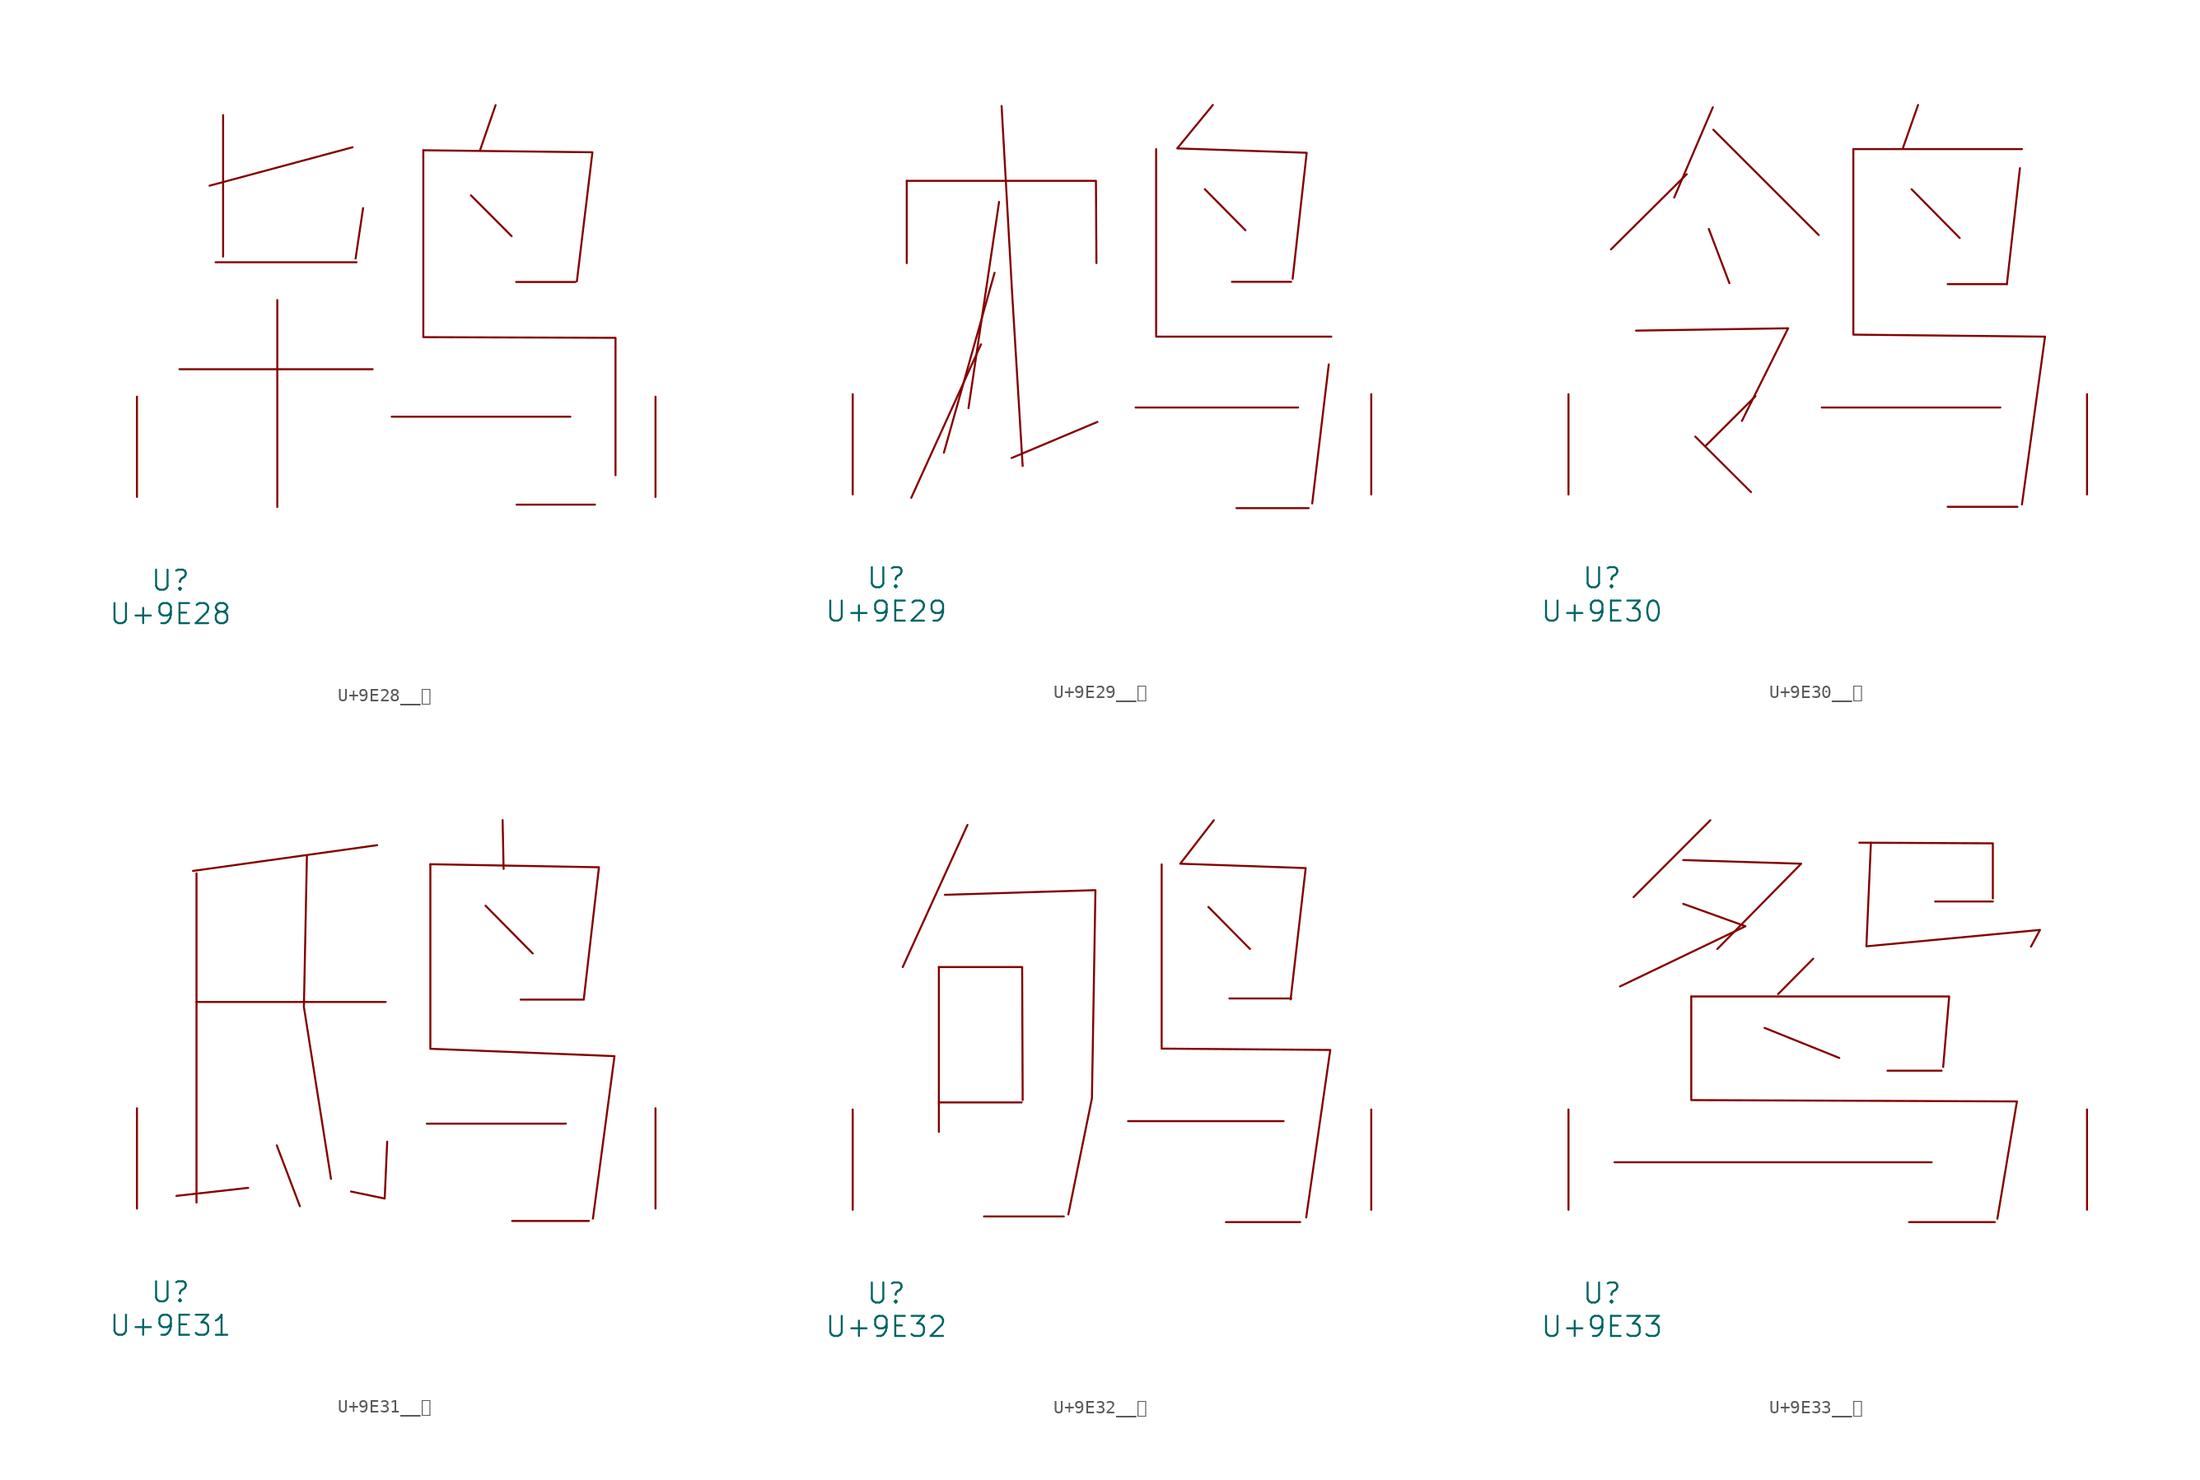
<source format=kicad_sym>
(kicad_symbol_lib
  (version 20231120)
  (generator "kicad_symbol_editor")
  (generator_version "8.0")
  (symbol "U+9E28__鸨"
    (pin_names
      (offset 1.016))
    (property "Reference" "U"
      (at 0 -6.35 0)
      (effects (font (size 1.524 1.524))))
    (property "Value" "U+9E28"
      (at 0 -8.89 0)
      (effects (font (size 1.524 1.524))))
    (symbol "U+9E28__鸨_0_1"
      (polyline (pts (xy 0.686 9.703) (xy 15.354 9.703)) (stroke (width 0) (type solid)) (fill (type none)))
      (polyline (pts (xy 3.429 17.831) (xy 14.135 17.831)) (stroke (width 0) (type solid)) (fill (type none)))
      (polyline (pts (xy 4 29.007) (xy 4 18.263)) (stroke (width 0) (type solid)) (fill (type none)))
      (polyline (pts (xy 8.115 14.961) (xy 8.115 -0.762)) (stroke (width 0) (type solid)) (fill (type none)))
      (polyline (pts (xy 13.83 26.568) (xy 2.972 23.647)) (stroke (width 0) (type solid)) (fill (type none)))
      (polyline (pts (xy 14.63 21.946) (xy 14.059 18.11)) (stroke (width 0) (type solid)) (fill (type none)))
      (polyline (pts (xy 16.802 6.096) (xy 30.366 6.096)) (stroke (width 0) (type solid)) (fill (type none)))
      (polyline (pts (xy 22.822 22.911) (xy 25.908 19.812)) (stroke (width 0) (type solid)) (fill (type none)))
      (polyline (pts (xy 24.689 29.769) (xy 23.508 26.34)) (stroke (width 0) (type solid)) (fill (type none)))
      (polyline (pts (xy 26.251 16.332) (xy 30.747 16.332)) (stroke (width 0) (type solid)) (fill (type none)))
      (polyline (pts (xy 26.289 -0.584) (xy 32.233 -0.584)) (stroke (width 0) (type solid)) (fill (type none)))
      (polyline (pts (xy 19.202 26.34) (xy 32.042 26.187) (xy 30.861 16.383)) (stroke (width 0) (type solid)) (fill (type none)))
      (polyline (pts (xy 19.202 26.34) (xy 19.202 12.141) (xy 33.795 12.09) (xy 33.795 1.651)) (stroke (width 0) (type solid)) (fill (type none)))
      (pin input line (at -2.54 0 90) (length 7.62) (name "~" (effects (font (size 1.27 1.27)))) (number "~" (effects (font (size 1.27 1.27)))))
      (pin input line (at 36.83 0 90) (length 7.62) (name "~" (effects (font (size 1.27 1.27)))) (number "~" (effects (font (size 1.27 1.27)))))))
  (symbol "U+9E29__鸩"
    (pin_names
      (offset 1.016))
    (property "Reference" "U"
      (at 0 -6.35 0)
      (effects (font (size 1.524 1.524))))
    (property "Value" "U+9E29"
      (at 0 -8.89 0)
      (effects (font (size 1.524 1.524))))
    (symbol "U+9E29__鸩_0_1"
      (polyline (pts (xy 1.562 23.825) (xy 1.562 17.577)) (stroke (width 0) (type solid)) (fill (type none)))
      (polyline (pts (xy 7.201 11.405) (xy 1.905 -0.254)) (stroke (width 0) (type solid)) (fill (type none)))
      (polyline (pts (xy 8.23 16.84) (xy 4.381 3.175)) (stroke (width 0) (type solid)) (fill (type none)))
      (polyline (pts (xy 8.572 22.225) (xy 6.248 6.553)) (stroke (width 0) (type solid)) (fill (type none)))
      (polyline (pts (xy 16.04 5.512) (xy 9.525 2.769)) (stroke (width 0) (type solid)) (fill (type none)))
      (polyline (pts (xy 18.936 6.604) (xy 31.28 6.604)) (stroke (width 0) (type solid)) (fill (type none)))
      (polyline (pts (xy 20.498 11.989) (xy 33.795 11.989)) (stroke (width 0) (type solid)) (fill (type none)))
      (polyline (pts (xy 20.498 26.238) (xy 20.498 12.09)) (stroke (width 0) (type solid)) (fill (type none)))
      (polyline (pts (xy 24.194 23.19) (xy 27.28 20.066)) (stroke (width 0) (type solid)) (fill (type none)))
      (polyline (pts (xy 26.251 16.154) (xy 30.747 16.154)) (stroke (width 0) (type solid)) (fill (type none)))
      (polyline (pts (xy 26.594 -1.041) (xy 32.08 -1.041)) (stroke (width 0) (type solid)) (fill (type none)))
      (polyline (pts (xy 33.604 9.881) (xy 32.347 -0.686)) (stroke (width 0) (type solid)) (fill (type none)))
      (polyline (pts (xy 1.562 23.825) (xy 15.926 23.825) (xy 15.964 17.577)) (stroke (width 0) (type solid)) (fill (type none)))
      (polyline (pts (xy 8.763 29.515) (xy 9.563 15.291) (xy 10.363 2.159)) (stroke (width 0) (type solid)) (fill (type none)))
      (polyline (pts (xy 24.803 29.591) (xy 22.098 26.289) (xy 31.928 25.959) (xy 30.861 16.383)) (stroke (width 0) (type solid)) (fill (type none)))
      (pin input line (at -2.54 0 90) (length 7.62) (name "~" (effects (font (size 1.27 1.27)))) (number "~" (effects (font (size 1.27 1.27)))))
      (pin input line (at 36.83 0 90) (length 7.62) (name "~" (effects (font (size 1.27 1.27)))) (number "~" (effects (font (size 1.27 1.27)))))))
  (symbol "U+9E30__鸰"
    (pin_names
      (offset 1.016))
    (property "Reference" "U"
      (at 0 -6.35 0)
      (effects (font (size 1.524 1.524))))
    (property "Value" "U+9E30"
      (at 0 -8.89 0)
      (effects (font (size 1.524 1.524))))
    (symbol "U+9E30__鸰_0_1"
      (polyline (pts (xy 6.439 24.333) (xy 0.686 18.618)) (stroke (width 0) (type solid)) (fill (type none)))
      (polyline (pts (xy 7.087 4.394) (xy 11.316 0.178)) (stroke (width 0) (type solid)) (fill (type none)))
      (polyline (pts (xy 8.115 20.168) (xy 9.677 16.053)) (stroke (width 0) (type solid)) (fill (type none)))
      (polyline (pts (xy 8.42 29.413) (xy 5.486 22.555)) (stroke (width 0) (type solid)) (fill (type none)))
      (polyline (pts (xy 8.458 27.711) (xy 16.459 19.71)) (stroke (width 0) (type solid)) (fill (type none)))
      (polyline (pts (xy 11.659 7.468) (xy 7.887 3.708)) (stroke (width 0) (type solid)) (fill (type none)))
      (polyline (pts (xy 16.688 6.604) (xy 30.251 6.604)) (stroke (width 0) (type solid)) (fill (type none)))
      (polyline (pts (xy 19.088 26.238) (xy 31.89 26.238)) (stroke (width 0) (type solid)) (fill (type none)))
      (polyline (pts (xy 23.508 23.19) (xy 27.165 19.482)) (stroke (width 0) (type solid)) (fill (type none)))
      (polyline (pts (xy 24.003 29.591) (xy 22.86 26.34)) (stroke (width 0) (type solid)) (fill (type none)))
      (polyline (pts (xy 26.251 -0.94) (xy 31.547 -0.94)) (stroke (width 0) (type solid)) (fill (type none)))
      (polyline (pts (xy 26.251 15.977) (xy 30.747 15.977)) (stroke (width 0) (type solid)) (fill (type none)))
      (polyline (pts (xy 31.737 24.79) (xy 30.747 15.977)) (stroke (width 0) (type solid)) (fill (type none)))
      (polyline (pts (xy 2.591 12.446) (xy 14.135 12.624) (xy 10.63 5.588)) (stroke (width 0) (type solid)) (fill (type none)))
      (polyline (pts (xy 19.088 26.238) (xy 19.088 12.141) (xy 33.642 11.989) (xy 31.89 -0.762)) (stroke (width 0) (type solid)) (fill (type none)))
      (pin input line (at -2.54 0 90) (length 7.62) (name "~" (effects (font (size 1.27 1.27)))) (number "~" (effects (font (size 1.27 1.27)))))
      (pin input line (at 36.83 0 90) (length 7.62) (name "~" (effects (font (size 1.27 1.27)))) (number "~" (effects (font (size 1.27 1.27)))))))
  (symbol "U+9E31__鸱"
    (pin_names
      (offset 1.016))
    (property "Reference" "U"
      (at 0 -6.35 0)
      (effects (font (size 1.524 1.524))))
    (property "Value" "U+9E31"
      (at 0 -8.89 0)
      (effects (font (size 1.524 1.524))))
    (symbol "U+9E31__鸱_0_1"
      (polyline (pts (xy 1.981 15.697) (xy 16.345 15.697)) (stroke (width 0) (type solid)) (fill (type none)))
      (polyline (pts (xy 1.981 25.476) (xy 1.981 0.457)) (stroke (width 0) (type solid)) (fill (type none)))
      (polyline (pts (xy 5.905 1.575) (xy 0.457 0.965)) (stroke (width 0) (type solid)) (fill (type none)))
      (polyline (pts (xy 8.077 4.801) (xy 9.83 0.178)) (stroke (width 0) (type solid)) (fill (type none)))
      (polyline (pts (xy 15.697 27.61) (xy 1.714 25.654)) (stroke (width 0) (type solid)) (fill (type none)))
      (polyline (pts (xy 19.469 6.452) (xy 30.023 6.452)) (stroke (width 0) (type solid)) (fill (type none)))
      (polyline (pts (xy 23.927 23.012) (xy 27.508 19.38)) (stroke (width 0) (type solid)) (fill (type none)))
      (polyline (pts (xy 25.222 29.515) (xy 25.298 25.806)) (stroke (width 0) (type solid)) (fill (type none)))
      (polyline (pts (xy 25.946 -0.94) (xy 31.775 -0.94)) (stroke (width 0) (type solid)) (fill (type none)))
      (polyline (pts (xy 26.594 15.875) (xy 31.394 15.875)) (stroke (width 0) (type solid)) (fill (type none)))
      (polyline (pts (xy 10.363 26.772) (xy 10.135 15.316) (xy 12.192 2.261)) (stroke (width 0) (type solid)) (fill (type none)))
      (polyline (pts (xy 16.459 5.08) (xy 16.269 0.762) (xy 13.716 1.295)) (stroke (width 0) (type solid)) (fill (type none)))
      (polyline (pts (xy 19.736 26.162) (xy 32.537 25.933) (xy 31.394 15.977)) (stroke (width 0) (type solid)) (fill (type none)))
      (polyline (pts (xy 19.736 26.162) (xy 19.736 12.141) (xy 33.718 11.582) (xy 32.08 -0.762)) (stroke (width 0) (type solid)) (fill (type none)))
      (pin input line (at -2.54 0 90) (length 7.62) (name "~" (effects (font (size 1.27 1.27)))) (number "~" (effects (font (size 1.27 1.27)))))
      (pin input line (at 36.83 0 90) (length 7.62) (name "~" (effects (font (size 1.27 1.27)))) (number "~" (effects (font (size 1.27 1.27)))))))
  (symbol "U+9E32__鸲"
    (pin_names
      (offset 1.016))
    (property "Reference" "U"
      (at 0 -6.35 0)
      (effects (font (size 1.524 1.524))))
    (property "Value" "U+9E32"
      (at 0 -8.89 0)
      (effects (font (size 1.524 1.524))))
    (symbol "U+9E32__鸲_0_1"
      (polyline (pts (xy 4 8.153) (xy 10.287 8.153)) (stroke (width 0) (type solid)) (fill (type none)))
      (polyline (pts (xy 4 18.44) (xy 4 5.918)) (stroke (width 0) (type solid)) (fill (type none)))
      (polyline (pts (xy 6.172 29.235) (xy 1.257 18.44)) (stroke (width 0) (type solid)) (fill (type none)))
      (polyline (pts (xy 7.429 -0.508) (xy 13.487 -0.508)) (stroke (width 0) (type solid)) (fill (type none)))
      (polyline (pts (xy 18.364 6.731) (xy 30.175 6.731)) (stroke (width 0) (type solid)) (fill (type none)))
      (polyline (pts (xy 24.46 23.012) (xy 27.622 19.812)) (stroke (width 0) (type solid)) (fill (type none)))
      (polyline (pts (xy 25.794 -0.94) (xy 31.433 -0.94)) (stroke (width 0) (type solid)) (fill (type none)))
      (polyline (pts (xy 26.06 16.053) (xy 30.747 16.053)) (stroke (width 0) (type solid)) (fill (type none)))
      (polyline (pts (xy 4 18.44) (xy 10.325 18.44) (xy 10.363 8.331)) (stroke (width 0) (type solid)) (fill (type none)))
      (polyline (pts (xy 4.458 23.927) (xy 15.888 24.282) (xy 15.621 8.458) (xy 13.83 -0.356)) (stroke (width 0) (type solid)) (fill (type none)))
      (polyline (pts (xy 20.917 26.238) (xy 20.917 12.243) (xy 33.718 12.141) (xy 31.89 -0.584)) (stroke (width 0) (type solid)) (fill (type none)))
      (polyline (pts (xy 24.879 29.591) (xy 22.327 26.289) (xy 31.852 25.959) (xy 30.709 15.977)) (stroke (width 0) (type solid)) (fill (type none)))
      (pin input line (at -2.54 0 90) (length 7.62) (name "~" (effects (font (size 1.27 1.27)))) (number "~" (effects (font (size 1.27 1.27)))))
      (pin input line (at 36.83 0 90) (length 7.62) (name "~" (effects (font (size 1.27 1.27)))) (number "~" (effects (font (size 1.27 1.27)))))))
  (symbol "U+9E33__鸳"
    (pin_names
      (offset 1.016))
    (property "Reference" "U"
      (at 0 -6.35 0)
      (effects (font (size 1.524 1.524))))
    (property "Value" "U+9E33"
      (at 0 -8.89 0)
      (effects (font (size 1.524 1.524))))
    (symbol "U+9E33__鸳_0_1"
      (polyline (pts (xy 0.953 3.607) (xy 25.032 3.607)) (stroke (width 0) (type solid)) (fill (type none)))
      (polyline (pts (xy 8.23 29.591) (xy 2.4 23.749)) (stroke (width 0) (type solid)) (fill (type none)))
      (polyline (pts (xy 12.344 13.818) (xy 18.021 11.532)) (stroke (width 0) (type solid)) (fill (type none)))
      (polyline (pts (xy 16.04 19.075) (xy 13.373 16.383)) (stroke (width 0) (type solid)) (fill (type none)))
      (polyline (pts (xy 21.679 10.566) (xy 25.794 10.566)) (stroke (width 0) (type solid)) (fill (type none)))
      (polyline (pts (xy 23.317 -0.94) (xy 29.832 -0.94)) (stroke (width 0) (type solid)) (fill (type none)))
      (polyline (pts (xy 25.298 23.419) (xy 29.68 23.419)) (stroke (width 0) (type solid)) (fill (type none)))
      (polyline (pts (xy 6.172 23.241) (xy 10.897 21.539) (xy 1.372 16.967)) (stroke (width 0) (type solid)) (fill (type none)))
      (polyline (pts (xy 6.172 26.568) (xy 15.126 26.289) (xy 8.763 19.812)) (stroke (width 0) (type solid)) (fill (type none)))
      (polyline (pts (xy 6.782 16.205) (xy 26.365 16.205) (xy 25.908 10.846)) (stroke (width 0) (type solid)) (fill (type none)))
      (polyline (pts (xy 19.545 27.889) (xy 29.68 27.838) (xy 29.68 23.647)) (stroke (width 0) (type solid)) (fill (type none)))
      (polyline (pts (xy 6.782 16.205) (xy 6.782 8.331) (xy 31.509 8.23) (xy 30.023 -0.686)) (stroke (width 0) (type solid)) (fill (type none)))
      (polyline (pts (xy 20.422 27.889) (xy 20.079 20.015) (xy 33.261 21.26) (xy 32.575 19.99)) (stroke (width 0) (type solid)) (fill (type none)))
      (pin input line (at -2.54 0 90) (length 7.62) (name "~" (effects (font (size 1.27 1.27)))) (number "~" (effects (font (size 1.27 1.27)))))
      (pin input line (at 36.83 0 90) (length 7.62) (name "~" (effects (font (size 1.27 1.27)))) (number "~" (effects (font (size 1.27 1.27))))))))
</source>
